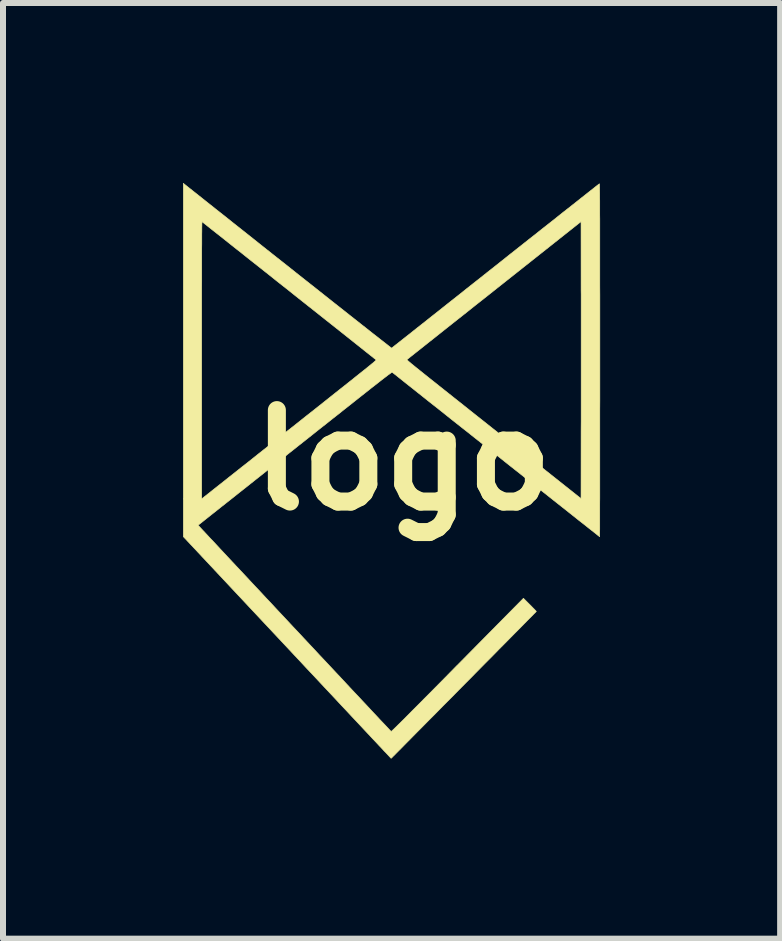
<source format=kicad_pcb>
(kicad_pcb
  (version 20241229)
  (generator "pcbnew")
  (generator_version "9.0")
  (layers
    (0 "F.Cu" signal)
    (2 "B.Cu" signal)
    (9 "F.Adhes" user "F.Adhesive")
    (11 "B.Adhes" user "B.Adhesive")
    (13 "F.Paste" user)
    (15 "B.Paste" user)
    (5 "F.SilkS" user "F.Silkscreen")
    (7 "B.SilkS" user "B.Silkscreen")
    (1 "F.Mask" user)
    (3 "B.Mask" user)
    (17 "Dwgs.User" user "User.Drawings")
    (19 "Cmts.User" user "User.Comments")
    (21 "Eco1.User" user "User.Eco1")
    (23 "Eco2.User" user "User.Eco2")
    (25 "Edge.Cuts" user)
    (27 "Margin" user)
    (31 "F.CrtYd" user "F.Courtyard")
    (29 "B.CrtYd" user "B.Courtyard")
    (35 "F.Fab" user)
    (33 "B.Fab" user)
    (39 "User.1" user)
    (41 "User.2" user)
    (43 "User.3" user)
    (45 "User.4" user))
  (footprint "logo"
    (layer "F.Cu")
    (at 3.668 4.618)
    (property "Reference" "logo" (at 0 0 0) (layer "F.SilkS") (effects (font (size 1.524 1.524) (thickness 0.3))))
    (attr through_hole)
    (fp_poly (pts (xy -3.565 -4.535) (xy -3.416 -4.417) (xy -3.269 -4.3) (xy -3.122 -4.183) (xy -2.976 -4.068) (xy -2.832 -3.953) (xy -2.689 -3.84) (xy -2.548 -3.728) (xy -2.41 -3.618) (xy -2.273 -3.509) (xy -2.139 -3.403) (xy -2.007 -3.299) (xy -1.878 -3.197) (xy -1.753 -3.097) (xy -1.63 -3) (xy -1.511 -2.906) (xy -1.396 -2.815) (xy -1.285 -2.727) (xy -1.178 -2.642) (xy -1.075 -2.561) (xy -0.976 -2.483) (xy -0.883 -2.409) (xy -0.794 -2.339) (xy -0.711 -2.273) (xy -0.633 -2.212) (xy -0.561 -2.155) (xy -0.494 -2.102) (xy -0.433 -2.055) (xy -0.379 -2.012) (xy -0.331 -1.975) (xy -0.29 -1.943) (xy -0.256 -1.916) (xy -0.229 -1.895) (xy -0.209 -1.88) (xy -0.197 -1.87) (xy -0.192 -1.867) (xy -0.192 -1.867) (xy -0.188 -1.871) (xy -0.176 -1.88) (xy -0.156 -1.896) (xy -0.13 -1.917) (xy -0.096 -1.943) (xy -0.056 -1.975) (xy -0.009 -2.012) (xy 0.044 -2.054) (xy 0.103 -2.1) (xy 0.167 -2.151) (xy 0.237 -2.207) (xy 0.312 -2.266) (xy 0.392 -2.329) (xy 0.476 -2.396) (xy 0.565 -2.466) (xy 0.658 -2.54) (xy 0.755 -2.617) (xy 0.855 -2.696) (xy 0.959 -2.778) (xy 1.065 -2.863) (xy 1.175 -2.95) (xy 1.287 -3.038) (xy 1.401 -3.129) (xy 1.518 -3.221) (xy 1.538 -3.237) (xy 1.655 -3.33) (xy 1.769 -3.421) (xy 1.882 -3.51) (xy 1.992 -3.597) (xy 2.099 -3.682) (xy 2.204 -3.764) (xy 2.304 -3.844) (xy 2.402 -3.921) (xy 2.496 -3.995) (xy 2.585 -4.066) (xy 2.67 -4.134) (xy 2.751 -4.197) (xy 2.827 -4.257) (xy 2.898 -4.313) (xy 2.963 -4.365) (xy 3.023 -4.412) (xy 3.077 -4.455) (xy 3.125 -4.493) (xy 3.166 -4.525) (xy 3.201 -4.553) (xy 3.229 -4.575) (xy 3.25 -4.591) (xy 3.263 -4.601) (xy 3.269 -4.606) (xy 3.269 -4.606) (xy 3.27 -4.605) (xy 3.27 -4.602) (xy 3.271 -4.597) (xy 3.271 -4.59) (xy 3.272 -4.58) (xy 3.272 -4.566) (xy 3.272 -4.55) (xy 3.273 -4.53) (xy 3.273 -4.507) (xy 3.273 -4.479) (xy 3.274 -4.448) (xy 3.274 -4.412) (xy 3.274 -4.371) (xy 3.275 -4.326) (xy 3.275 -4.276) (xy 3.275 -4.22) (xy 3.275 -4.159) (xy 3.275 -4.092) (xy 3.276 -4.019) (xy 3.276 -3.94) (xy 3.276 -3.854) (xy 3.276 -3.761) (xy 3.276 -3.662) (xy 3.276 -3.556) (xy 3.276 -3.442) (xy 3.276 -3.32) (xy 3.276 -3.191) (xy 3.276 -3.054) (xy 3.276 -2.908) (xy 3.277 -2.754) (xy 3.277 -2.591) (xy 3.277 -2.418) (xy 3.277 -2.237) (xy 3.277 -2.046) (xy 3.277 -1.845) (xy 3.277 -1.667) (xy 3.277 -1.494) (xy 3.277 -1.324) (xy 3.277 -1.157) (xy 3.277 -0.993) (xy 3.276 -0.833) (xy 3.276 -0.676) (xy 3.276 -0.523) (xy 3.276 -0.374) (xy 3.276 -0.23) (xy 3.276 -0.091) (xy 3.276 0.044) (xy 3.276 0.173) (xy 3.276 0.296) (xy 3.276 0.413) (xy 3.276 0.524) (xy 3.276 0.629) (xy 3.275 0.727) (xy 3.275 0.818) (xy 3.275 0.901) (xy 3.275 0.977) (xy 3.275 1.045) (xy 3.275 1.105) (xy 3.275 1.156) (xy 3.274 1.198) (xy 3.274 1.232) (xy 3.274 1.256) (xy 3.274 1.27) (xy 3.274 1.275) (xy 3.27 1.272) (xy 3.258 1.263) (xy 3.239 1.248) (xy 3.213 1.227) (xy 3.18 1.201) (xy 3.141 1.17) (xy 3.096 1.135) (xy 3.045 1.094) (xy 2.988 1.049) (xy 2.926 1.001) (xy 2.86 0.948) (xy 2.789 0.892) (xy 2.714 0.832) (xy 2.634 0.769) (xy 2.552 0.704) (xy 2.466 0.636) (xy 2.377 0.565) (xy 2.285 0.493) (xy 2.191 0.418) (xy 2.095 0.342) (xy 1.998 0.265) (xy 1.898 0.186) (xy 1.798 0.107) (xy 1.697 0.027) (xy 1.596 -0.054) (xy 1.494 -0.134) (xy 1.393 -0.215) (xy 1.292 -0.295) (xy 1.192 -0.374) (xy 1.093 -0.453) (xy 0.995 -0.53) (xy 0.899 -0.606) (xy 0.805 -0.68) (xy 0.714 -0.753) (xy 0.625 -0.824) (xy 0.539 -0.892) (xy 0.456 -0.957) (xy 0.377 -1.02) (xy 0.302 -1.08) (xy 0.231 -1.136) (xy 0.165 -1.189) (xy 0.104 -1.237) (xy 0.047 -1.282) (xy -0.004 -1.323) (xy -0.049 -1.359) (xy -0.088 -1.39) (xy -0.12 -1.416) (xy -0.146 -1.436) (xy -0.165 -1.451) (xy -0.177 -1.46) (xy -0.18 -1.464) (xy -0.181 -1.464) (xy -0.183 -1.465) (xy -0.185 -1.464) (xy -0.187 -1.464) (xy -0.191 -1.462) (xy -0.196 -1.459) (xy -0.202 -1.455) (xy -0.21 -1.449) (xy -0.22 -1.442) (xy -0.232 -1.433) (xy -0.247 -1.423) (xy -0.264 -1.41) (xy -0.284 -1.394) (xy -0.307 -1.377) (xy -0.334 -1.356) (xy -0.364 -1.333) (xy -0.397 -1.307) (xy -0.435 -1.277) (xy -0.477 -1.244) (xy -0.524 -1.208) (xy -0.575 -1.167) (xy -0.631 -1.123) (xy -0.692 -1.075) (xy -0.759 -1.022) (xy -0.831 -0.965) (xy -0.909 -0.903) (xy -0.993 -0.837) (xy -1.083 -0.765) (xy -1.18 -0.689) (xy -1.284 -0.606) (xy -1.395 -0.519) (xy -1.513 -0.425) (xy -1.638 -0.326) (xy -1.771 -0.221) (xy -1.803 -0.195) (xy -1.916 -0.106) (xy -2.027 -0.018) (xy -2.136 0.068) (xy -2.242 0.152) (xy -2.345 0.234) (xy -2.445 0.313) (xy -2.542 0.39) (xy -2.635 0.464) (xy -2.724 0.534) (xy -2.809 0.602) (xy -2.89 0.666) (xy -2.966 0.726) (xy -3.037 0.782) (xy -3.102 0.834) (xy -3.163 0.882) (xy -3.217 0.925) (xy -3.266 0.964) (xy -3.308 0.997) (xy -3.344 1.026) (xy -3.373 1.049) (xy -3.395 1.066) (xy -3.41 1.078) (xy -3.417 1.083) (xy -3.417 1.084) (xy -3.414 1.088) (xy -3.404 1.098) (xy -3.387 1.116) (xy -3.365 1.14) (xy -3.336 1.171) (xy -3.302 1.207) (xy -3.262 1.25) (xy -3.218 1.298) (xy -3.168 1.35) (xy -3.114 1.408) (xy -3.056 1.471) (xy -2.994 1.537) (xy -2.928 1.608) (xy -2.858 1.683) (xy -2.785 1.761) (xy -2.709 1.842) (xy -2.63 1.926) (xy -2.549 2.013) (xy -2.466 2.102) (xy -2.38 2.193) (xy -2.294 2.286) (xy -2.205 2.38) (xy -2.116 2.476) (xy -2.025 2.573) (xy -1.934 2.67) (xy -1.843 2.768) (xy -1.751 2.865) (xy -1.66 2.963) (xy -1.569 3.06) (xy -1.479 3.156) (xy -1.39 3.252) (xy -1.301 3.346) (xy -1.215 3.438) (xy -1.13 3.529) (xy -1.047 3.617) (xy -0.967 3.703) (xy -0.889 3.787) (xy -0.814 3.867) (xy -0.741 3.944) (xy -0.673 4.017) (xy -0.607 4.087) (xy -0.546 4.153) (xy -0.489 4.214) (xy -0.436 4.27) (xy -0.388 4.322) (xy -0.344 4.368) (xy -0.306 4.408) (xy -0.273 4.443) (xy -0.246 4.472) (xy -0.225 4.495) (xy -0.21 4.51) (xy -0.202 4.519) (xy -0.201 4.52) (xy -0.199 4.52) (xy -0.195 4.517) (xy -0.189 4.511) (xy -0.18 4.503) (xy -0.168 4.492) (xy -0.152 4.477) (xy -0.134 4.459) (xy -0.112 4.438) (xy -0.086 4.412) (xy -0.056 4.383) (xy -0.022 4.349) (xy 0.017 4.311) (xy 0.06 4.267) (xy 0.107 4.22) (xy 0.16 4.166) (xy 0.218 4.108) (xy 0.282 4.044) (xy 0.351 3.974) (xy 0.426 3.899) (xy 0.507 3.817) (xy 0.594 3.729) (xy 0.688 3.634) (xy 0.788 3.532) (xy 0.895 3.423) (xy 0.905 3.414) (xy 2.004 2.301) (xy 2.112 2.409) (xy 2.139 2.436) (xy 2.163 2.461) (xy 2.185 2.483) (xy 2.201 2.5) (xy 2.213 2.513) (xy 2.218 2.519) (xy 2.219 2.52) (xy 2.215 2.524) (xy 2.205 2.535) (xy 2.188 2.552) (xy 2.165 2.575) (xy 2.136 2.605) (xy 2.101 2.64) (xy 2.061 2.68) (xy 2.016 2.726) (xy 1.967 2.776) (xy 1.914 2.83) (xy 1.856 2.888) (xy 1.795 2.95) (xy 1.73 3.016) (xy 1.663 3.084) (xy 1.592 3.155) (xy 1.52 3.229) (xy 1.445 3.305) (xy 1.368 3.382) (xy 1.29 3.461) (xy 1.211 3.541) (xy 1.132 3.622) (xy 1.051 3.703) (xy 0.971 3.784) (xy 0.89 3.866) (xy 0.811 3.947) (xy 0.731 4.027) (xy 0.653 4.105) (xy 0.577 4.183) (xy 0.502 4.259) (xy 0.429 4.332) (xy 0.359 4.403) (xy 0.291 4.472) (xy 0.226 4.537) (xy 0.165 4.599) (xy 0.107 4.658) (xy 0.053 4.712) (xy 0.004 4.762) (xy -0.041 4.808) (xy -0.081 4.848) (xy -0.116 4.883) (xy -0.145 4.913) (xy -0.169 4.936) (xy -0.186 4.954) (xy -0.197 4.964) (xy -0.201 4.968) (xy -0.201 4.968) (xy -0.204 4.965) (xy -0.214 4.954) (xy -0.231 4.936) (xy -0.254 4.911) (xy -0.283 4.88) (xy -0.319 4.843) (xy -0.359 4.799) (xy -0.406 4.75) (xy -0.457 4.695) (xy -0.514 4.635) (xy -0.575 4.569) (xy -0.642 4.498) (xy -0.712 4.423) (xy -0.787 4.343) (xy -0.866 4.259) (xy -0.948 4.171) (xy -1.035 4.079) (xy -1.124 3.983) (xy -1.217 3.884) (xy -1.313 3.782) (xy -1.412 3.676) (xy -1.513 3.568) (xy -1.617 3.458) (xy -1.722 3.345) (xy -1.83 3.23) (xy -1.932 3.121) (xy -3.663 1.274) (xy -3.663 -1.667) (xy -3.358 -1.667) (xy -3.358 0.645) (xy -3.305 0.603) (xy -3.297 0.597) (xy -3.281 0.585) (xy -3.258 0.566) (xy -3.228 0.543) (xy -3.191 0.513) (xy -3.148 0.479) (xy -3.099 0.44) (xy -3.043 0.396) (xy -2.982 0.348) (xy -2.916 0.295) (xy -2.845 0.239) (xy -2.769 0.179) (xy -2.689 0.115) (xy -2.604 0.049) (xy -2.516 -0.021) (xy -2.425 -0.094) (xy -2.33 -0.169) (xy -2.232 -0.246) (xy -2.132 -0.326) (xy -2.029 -0.407) (xy -1.925 -0.49) (xy -1.847 -0.551) (xy -1.721 -0.651) (xy -1.603 -0.745) (xy -1.492 -0.832) (xy -1.389 -0.914) (xy -1.292 -0.991) (xy -1.203 -1.062) (xy -1.12 -1.128) (xy -1.043 -1.189) (xy -0.972 -1.245) (xy -0.907 -1.297) (xy -0.847 -1.344) (xy -0.793 -1.388) (xy -0.744 -1.427) (xy -0.7 -1.462) (xy -0.66 -1.494) (xy -0.624 -1.522) (xy -0.593 -1.548) (xy -0.566 -1.57) (xy -0.542 -1.589) (xy -0.522 -1.606) (xy -0.504 -1.62) (xy -0.49 -1.632) (xy -0.478 -1.643) (xy -0.469 -1.651) (xy -0.462 -1.657) (xy -0.457 -1.662) (xy -0.454 -1.666) (xy -0.452 -1.669) (xy -0.451 -1.671) (xy -0.451 -1.672) (xy -0.451 -1.672) (xy -0.455 -1.675) (xy 0.063 -1.675) (xy 0.064 -1.673) (xy 0.066 -1.67) (xy 0.07 -1.666) (xy 0.075 -1.661) (xy 0.083 -1.654) (xy 0.092 -1.645) (xy 0.105 -1.635) (xy 0.12 -1.622) (xy 0.137 -1.607) (xy 0.159 -1.59) (xy 0.183 -1.57) (xy 0.211 -1.547) (xy 0.244 -1.521) (xy 0.28 -1.492) (xy 0.321 -1.459) (xy 0.366 -1.423) (xy 0.416 -1.383) (xy 0.471 -1.339) (xy 0.532 -1.291) (xy 0.598 -1.238) (xy 0.67 -1.181) (xy 0.748 -1.119) (xy 0.832 -1.052) (xy 0.923 -0.98) (xy 1.02 -0.903) (xy 1.124 -0.82) (xy 1.236 -0.731) (xy 1.355 -0.637) (xy 1.482 -0.536) (xy 1.51 -0.514) (xy 2.964 0.64) (xy 2.965 -0.516) (xy 2.966 -0.644) (xy 2.966 -0.781) (xy 2.966 -0.926) (xy 2.966 -1.076) (xy 2.966 -1.232) (xy 2.966 -1.391) (xy 2.966 -1.552) (xy 2.966 -1.714) (xy 2.966 -1.876) (xy 2.966 -2.036) (xy 2.966 -2.193) (xy 2.966 -2.346) (xy 2.966 -2.493) (xy 2.966 -2.634) (xy 2.966 -2.766) (xy 2.965 -2.824) (xy 2.964 -3.976) (xy 1.518 -2.83) (xy 1.411 -2.745) (xy 1.306 -2.662) (xy 1.203 -2.581) (xy 1.103 -2.501) (xy 1.006 -2.424) (xy 0.912 -2.35) (xy 0.821 -2.278) (xy 0.734 -2.209) (xy 0.651 -2.143) (xy 0.573 -2.081) (xy 0.499 -2.022) (xy 0.429 -1.967) (xy 0.365 -1.916) (xy 0.306 -1.869) (xy 0.253 -1.827) (xy 0.206 -1.79) (xy 0.165 -1.757) (xy 0.13 -1.73) (xy 0.103 -1.708) (xy 0.082 -1.691) (xy 0.069 -1.681) (xy 0.063 -1.676) (xy 0.063 -1.676) (xy 0.063 -1.675) (xy -0.455 -1.675) (xy -0.456 -1.676) (xy -0.468 -1.686) (xy -0.488 -1.701) (xy -0.514 -1.723) (xy -0.548 -1.749) (xy -0.588 -1.781) (xy -0.635 -1.818) (xy -0.687 -1.86) (xy -0.745 -1.906) (xy -0.809 -1.957) (xy -0.877 -2.011) (xy -0.951 -2.07) (xy -1.029 -2.132) (xy -1.111 -2.197) (xy -1.198 -2.266) (xy -1.288 -2.337) (xy -1.381 -2.411) (xy -1.478 -2.488) (xy -1.578 -2.567) (xy -1.68 -2.648) (xy -1.785 -2.731) (xy -1.891 -2.816) (xy -1.902 -2.825) (xy -2.009 -2.909) (xy -2.114 -2.992) (xy -2.216 -3.074) (xy -2.316 -3.153) (xy -2.413 -3.23) (xy -2.507 -3.304) (xy -2.598 -3.376) (xy -2.684 -3.445) (xy -2.767 -3.51) (xy -2.845 -3.572) (xy -2.919 -3.631) (xy -2.988 -3.686) (xy -3.052 -3.737) (xy -3.111 -3.783) (xy -3.164 -3.825) (xy -3.211 -3.862) (xy -3.251 -3.894) (xy -3.286 -3.922) (xy -3.313 -3.943) (xy -3.333 -3.959) (xy -3.346 -3.97) (xy -3.351 -3.974) (xy -3.352 -3.974) (xy -3.352 -3.973) (xy -3.353 -3.968) (xy -3.353 -3.959) (xy -3.353 -3.946) (xy -3.354 -3.928) (xy -3.354 -3.906) (xy -3.355 -3.88) (xy -3.355 -3.848) (xy -3.355 -3.811) (xy -3.356 -3.768) (xy -3.356 -3.72) (xy -3.356 -3.665) (xy -3.356 -3.604) (xy -3.357 -3.537) (xy -3.357 -3.463) (xy -3.357 -3.383) (xy -3.357 -3.295) (xy -3.357 -3.199) (xy -3.357 -3.096) (xy -3.357 -2.985) (xy -3.358 -2.866) (xy -3.358 -2.738) (xy -3.358 -2.602) (xy -3.358 -2.457) (xy -3.358 -2.304) (xy -3.358 -2.14) (xy -3.358 -1.967) (xy -3.358 -1.785) (xy -3.358 -1.667) (xy -3.663 -1.667) (xy -3.663 -1.67) (xy -3.663 -4.613) (xy -3.565 -4.535)) (stroke (width 0.01) (type solid)) (fill yes) (layer "F.SilkS")))
  (gr_rect
    (start -3 -3)
    (end 9.949 12.591)
    (stroke (width 0.1) (type default))
    (fill no)
    (layer "Edge.Cuts")))
</source>
